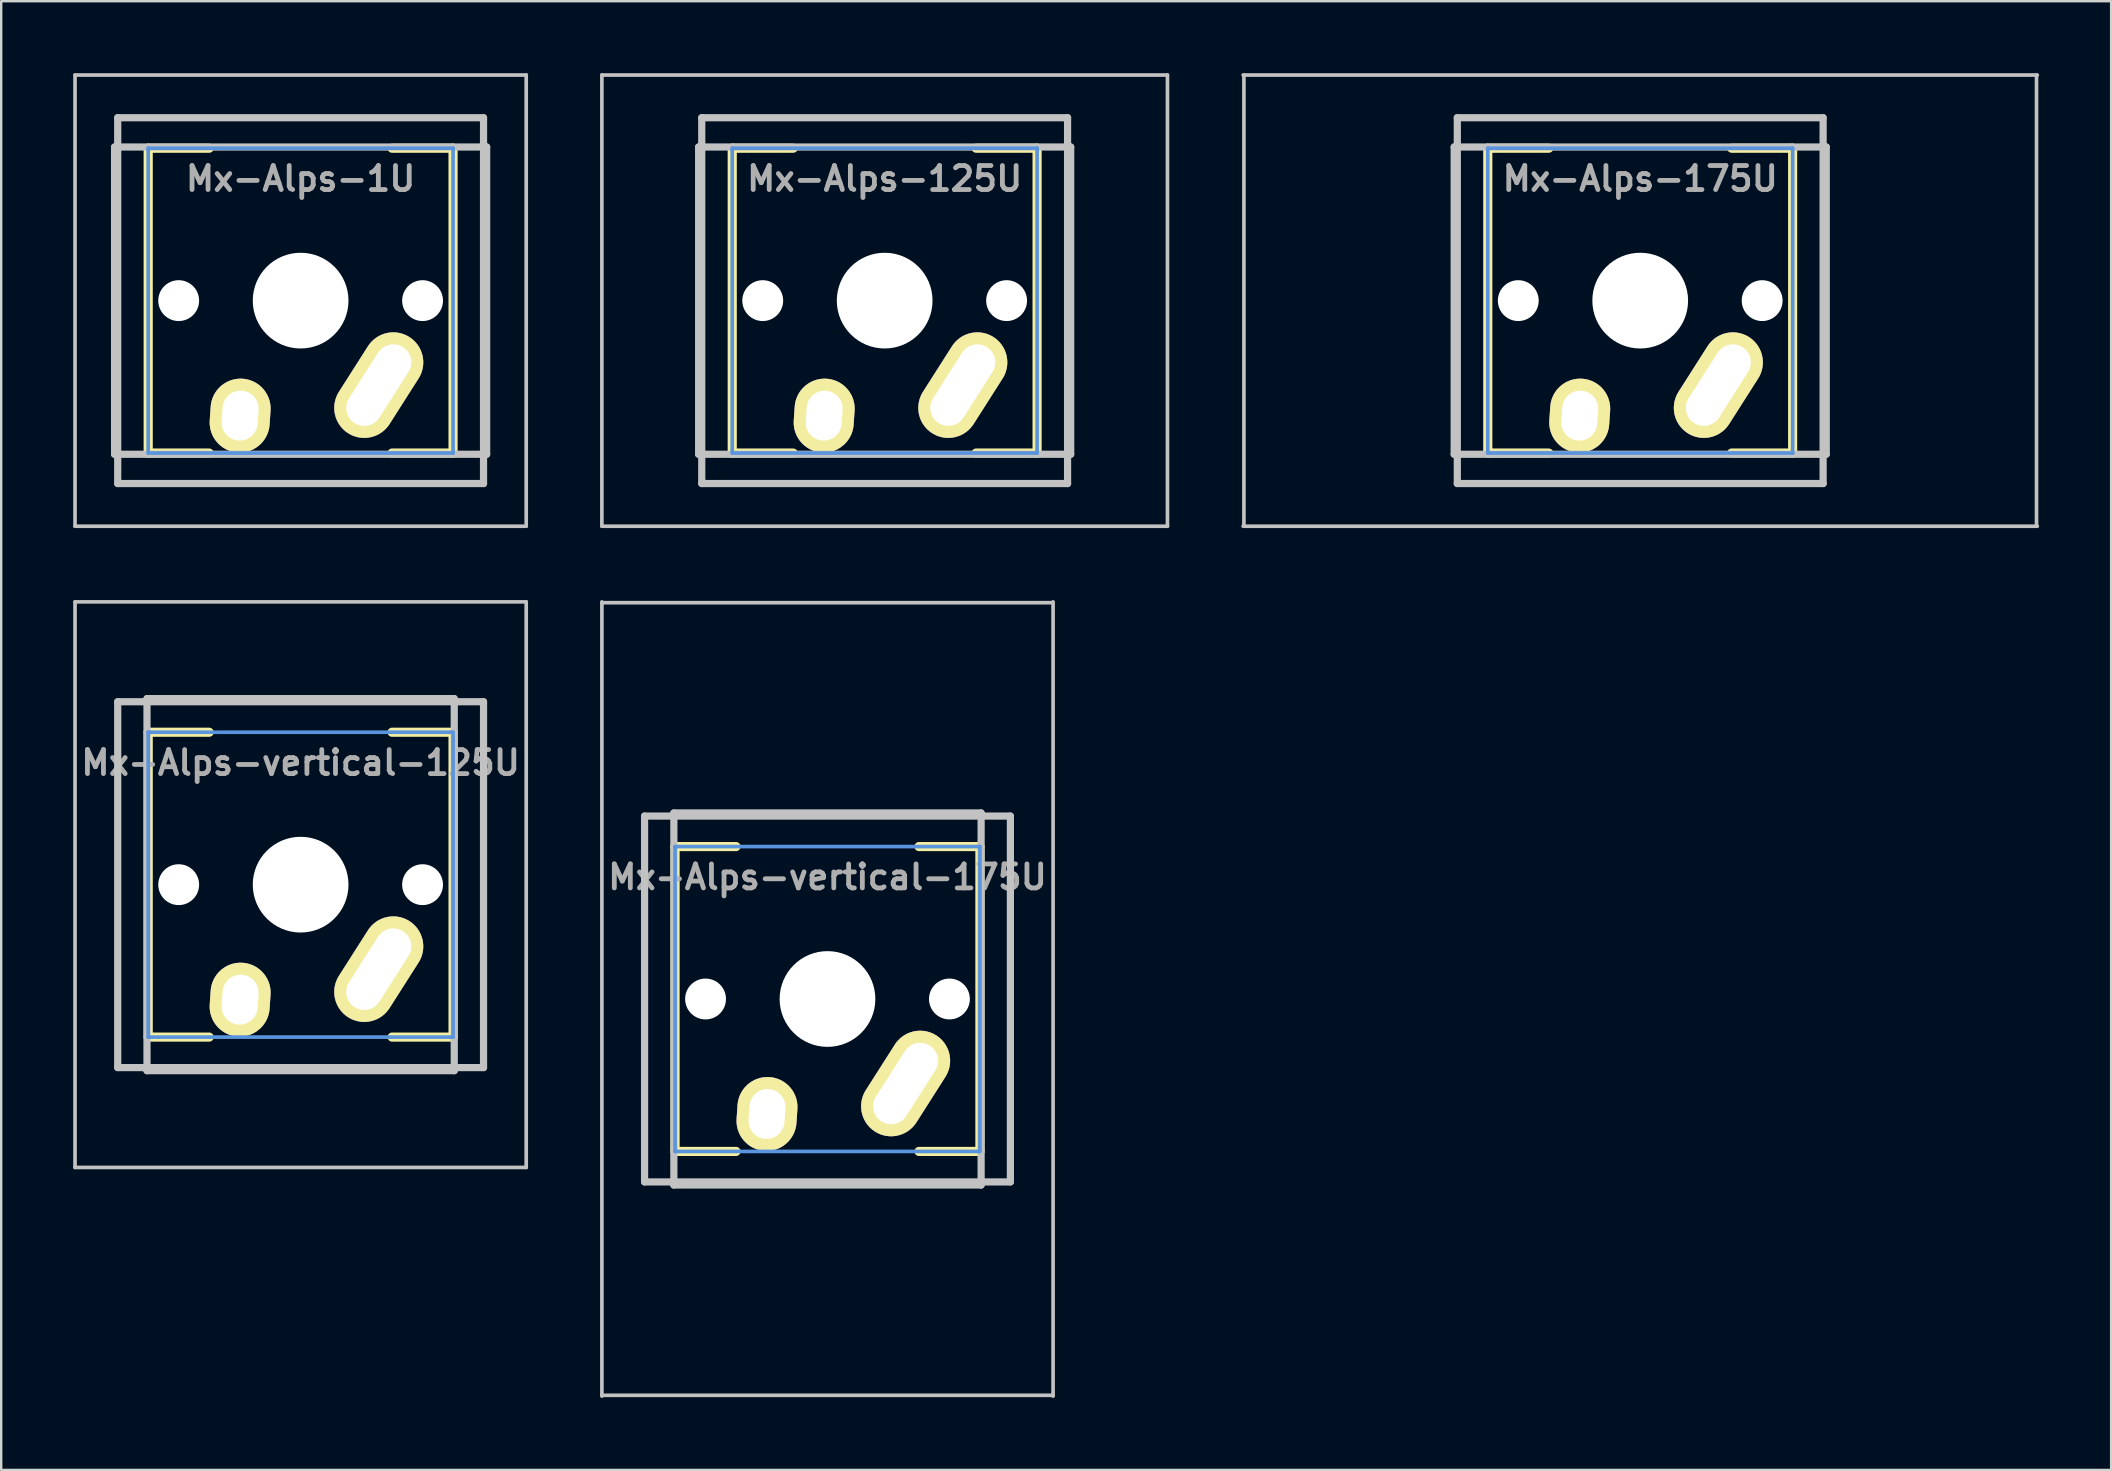
<source format=kicad_pcb>
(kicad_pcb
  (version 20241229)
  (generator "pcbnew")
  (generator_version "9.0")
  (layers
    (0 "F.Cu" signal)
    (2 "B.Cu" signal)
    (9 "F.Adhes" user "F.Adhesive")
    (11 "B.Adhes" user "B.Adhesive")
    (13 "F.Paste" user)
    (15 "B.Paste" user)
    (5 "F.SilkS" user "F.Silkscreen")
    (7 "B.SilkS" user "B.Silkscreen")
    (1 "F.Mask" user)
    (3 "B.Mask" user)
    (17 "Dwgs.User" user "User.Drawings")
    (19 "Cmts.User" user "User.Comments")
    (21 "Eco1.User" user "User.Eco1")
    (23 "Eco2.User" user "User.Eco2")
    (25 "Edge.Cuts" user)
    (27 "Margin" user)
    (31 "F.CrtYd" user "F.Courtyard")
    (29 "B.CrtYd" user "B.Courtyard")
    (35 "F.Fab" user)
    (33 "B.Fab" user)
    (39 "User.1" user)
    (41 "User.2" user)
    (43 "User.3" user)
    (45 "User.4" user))
  (footprint "Mx-Alps-125U"
    (layer "F.Cu")
    (at 33.805 9.474)
    (property "Reference" "Mx-Alps-125U" (at 0 -5.08 180) (layer "F.Fab") (effects (font (size 1 1) (thickness 0.2))))
    (attr through_hole)
    (fp_line (start -6.35 -6.35) (end -3.81 -6.35) (stroke (width 0.381) (type solid)) (layer "F.SilkS"))
    (fp_line (start -6.35 6.35) (end -6.35 -6.35) (stroke (width 0.381) (type solid)) (layer "F.SilkS"))
    (fp_line (start -3.81 6.35) (end -6.35 6.35) (stroke (width 0.381) (type solid)) (layer "F.SilkS"))
    (fp_line (start 3.81 -6.35) (end 6.35 -6.35) (stroke (width 0.381) (type solid)) (layer "F.SilkS"))
    (fp_line (start 6.35 -6.35) (end 6.35 6.35) (stroke (width 0.381) (type solid)) (layer "F.SilkS"))
    (fp_line (start 6.35 6.35) (end 3.81 6.35) (stroke (width 0.381) (type solid)) (layer "F.SilkS"))
    (fp_line (start -11.781 -9.398) (end 11.781 -9.398) (stroke (width 0.152) (type solid)) (layer "Dwgs.User"))
    (fp_line (start -11.781 9.398) (end -11.781 -9.398) (stroke (width 0.152) (type solid)) (layer "Dwgs.User"))
    (fp_line (start -7.75 -6.4) (end -7.75 6.4) (stroke (width 0.3) (type solid)) (layer "Dwgs.User"))
    (fp_line (start -7.75 6.4) (end 7.75 6.4) (stroke (width 0.3) (type solid)) (layer "Dwgs.User"))
    (fp_line (start -7.62 -7.62) (end 7.62 -7.62) (stroke (width 0.3) (type solid)) (layer "Dwgs.User"))
    (fp_line (start -7.62 7.62) (end -7.62 -7.62) (stroke (width 0.3) (type solid)) (layer "Dwgs.User"))
    (fp_line (start 7.62 -7.62) (end 7.62 7.62) (stroke (width 0.3) (type solid)) (layer "Dwgs.User"))
    (fp_line (start 7.62 7.62) (end -7.62 7.62) (stroke (width 0.3) (type solid)) (layer "Dwgs.User"))
    (fp_line (start 7.75 -6.4) (end -7.75 -6.4) (stroke (width 0.3) (type solid)) (layer "Dwgs.User"))
    (fp_line (start 7.75 -6.4) (end 7.75 6.4) (stroke (width 0.3) (type solid)) (layer "Dwgs.User"))
    (fp_line (start 11.781 -9.398) (end 11.781 9.398) (stroke (width 0.152) (type solid)) (layer "Dwgs.User"))
    (fp_line (start 11.781 9.398) (end -11.781 9.398) (stroke (width 0.152) (type solid)) (layer "Dwgs.User"))
    (fp_line (start -6.35 -6.35) (end 6.35 -6.35) (stroke (width 0.152) (type solid)) (layer "Cmts.User"))
    (fp_line (start -6.35 6.35) (end -6.35 -6.35) (stroke (width 0.152) (type solid)) (layer "Cmts.User"))
    (fp_line (start 6.35 -6.35) (end 6.35 6.35) (stroke (width 0.152) (type solid)) (layer "Cmts.User"))
    (fp_line (start 6.35 6.35) (end -6.35 6.35) (stroke (width 0.152) (type solid)) (layer "Cmts.User"))
    (fp_line (start -6.985 -6.985) (end 6.985 -6.985) (stroke (width 0.152) (type solid)) (layer "Eco2.User"))
    (fp_line (start -6.985 6.985) (end -6.985 -6.985) (stroke (width 0.152) (type solid)) (layer "Eco2.User"))
    (fp_line (start 6.985 -6.985) (end 6.985 6.985) (stroke (width 0.152) (type solid)) (layer "Eco2.User"))
    (fp_line (start 6.985 6.985) (end -6.985 6.985) (stroke (width 0.152) (type solid)) (layer "Eco2.User"))
    (pad "" np_thru_hole circle (at -5.08 0 180) (size 1.702 1.702) (drill 1.702) (layers "*.Cu" "*.Mask"))
    (pad "" np_thru_hole circle (at 0 0 180) (size 3.988 3.988) (drill 3.988) (layers "*.Cu" "*.Mask"))
    (pad "" np_thru_hole circle (at 5.08 0 180) (size 1.702 1.702) (drill 1.702) (layers "*.Cu" "*.Mask"))
    (pad "1" thru_hole oval (at 3.255 3.52 147.5) (size 2.5 4.75) (drill oval 1.5 3.75) (layers "*.Cu" "*.Mask" "F.SilkS"))
    (pad "2" thru_hole oval (at -2.52 4.79 176.1) (size 2.5 3.08) (drill oval 1.5 2.08) (layers "*.Cu" "*.Mask" "F.SilkS")))
  (footprint "Mx-Alps-vertical-125U"
    (layer "F.Cu")
    (at 9.474 33.805)
    (property "Reference" "Mx-Alps-vertical-125U" (at 0 -5.08 180) (layer "F.Fab") (effects (font (size 1 1) (thickness 0.2))))
    (attr through_hole)
    (fp_line (start -6.35 -6.35) (end -3.81 -6.35) (stroke (width 0.381) (type solid)) (layer "F.SilkS"))
    (fp_line (start -6.35 6.35) (end -6.35 -6.35) (stroke (width 0.381) (type solid)) (layer "F.SilkS"))
    (fp_line (start -3.81 6.35) (end -6.35 6.35) (stroke (width 0.381) (type solid)) (layer "F.SilkS"))
    (fp_line (start 3.81 -6.35) (end 6.35 -6.35) (stroke (width 0.381) (type solid)) (layer "F.SilkS"))
    (fp_line (start 6.35 -6.35) (end 6.35 6.35) (stroke (width 0.381) (type solid)) (layer "F.SilkS"))
    (fp_line (start 6.35 6.35) (end 3.81 6.35) (stroke (width 0.381) (type solid)) (layer "F.SilkS"))
    (fp_line (start -9.398 -11.781) (end 9.398 -11.781) (stroke (width 0.152) (type solid)) (layer "Dwgs.User"))
    (fp_line (start -9.398 11.781) (end -9.398 -11.781) (stroke (width 0.152) (type solid)) (layer "Dwgs.User"))
    (fp_line (start -7.62 -7.62) (end 7.62 -7.62) (stroke (width 0.3) (type solid)) (layer "Dwgs.User"))
    (fp_line (start -7.62 7.62) (end -7.62 -7.62) (stroke (width 0.3) (type solid)) (layer "Dwgs.User"))
    (fp_line (start -6.4 -7.75) (end -6.4 7.75) (stroke (width 0.3) (type solid)) (layer "Dwgs.User"))
    (fp_line (start 6.4 -7.75) (end -6.4 -7.75) (stroke (width 0.3) (type solid)) (layer "Dwgs.User"))
    (fp_line (start 6.4 7.75) (end -6.4 7.75) (stroke (width 0.3) (type solid)) (layer "Dwgs.User"))
    (fp_line (start 6.4 7.75) (end 6.4 -7.75) (stroke (width 0.3) (type solid)) (layer "Dwgs.User"))
    (fp_line (start 7.62 -7.62) (end 7.62 7.62) (stroke (width 0.3) (type solid)) (layer "Dwgs.User"))
    (fp_line (start 7.62 7.62) (end -7.62 7.62) (stroke (width 0.3) (type solid)) (layer "Dwgs.User"))
    (fp_line (start 9.398 -11.781) (end 9.398 11.781) (stroke (width 0.152) (type solid)) (layer "Dwgs.User"))
    (fp_line (start 9.398 11.781) (end -9.398 11.781) (stroke (width 0.152) (type solid)) (layer "Dwgs.User"))
    (fp_line (start -6.35 -6.35) (end 6.35 -6.35) (stroke (width 0.152) (type solid)) (layer "Cmts.User"))
    (fp_line (start -6.35 6.35) (end -6.35 -6.35) (stroke (width 0.152) (type solid)) (layer "Cmts.User"))
    (fp_line (start 6.35 -6.35) (end 6.35 6.35) (stroke (width 0.152) (type solid)) (layer "Cmts.User"))
    (fp_line (start 6.35 6.35) (end -6.35 6.35) (stroke (width 0.152) (type solid)) (layer "Cmts.User"))
    (fp_line (start -6.985 -6.985) (end 6.985 -6.985) (stroke (width 0.152) (type solid)) (layer "Eco2.User"))
    (fp_line (start -6.985 6.985) (end -6.985 -6.985) (stroke (width 0.152) (type solid)) (layer "Eco2.User"))
    (fp_line (start 6.985 -6.985) (end 6.985 6.985) (stroke (width 0.152) (type solid)) (layer "Eco2.User"))
    (fp_line (start 6.985 6.985) (end -6.985 6.985) (stroke (width 0.152) (type solid)) (layer "Eco2.User"))
    (pad "" np_thru_hole circle (at -5.08 0 180) (size 1.702 1.702) (drill 1.702) (layers "*.Cu" "*.Mask"))
    (pad "" np_thru_hole circle (at 0 0 180) (size 3.988 3.988) (drill 3.988) (layers "*.Cu" "*.Mask"))
    (pad "" np_thru_hole circle (at 5.08 0 180) (size 1.702 1.702) (drill 1.702) (layers "*.Cu" "*.Mask"))
    (pad "1" thru_hole oval (at 3.255 3.52 147.5) (size 2.5 4.75) (drill oval 1.5 3.75) (layers "*.Cu" "*.Mask" "F.SilkS"))
    (pad "2" thru_hole oval (at -2.52 4.79 176.1) (size 2.5 3.08) (drill oval 1.5 2.08) (layers "*.Cu" "*.Mask" "F.SilkS")))
  (footprint "Mx-Alps-175U"
    (layer "F.Cu")
    (at 65.281 9.474)
    (property "Reference" "Mx-Alps-175U" (at 0 -5.08 180) (layer "F.Fab") (effects (font (size 1 1) (thickness 0.2))))
    (attr through_hole)
    (fp_line (start -6.35 -6.35) (end -3.81 -6.35) (stroke (width 0.381) (type solid)) (layer "F.SilkS"))
    (fp_line (start -6.35 6.35) (end -6.35 -6.35) (stroke (width 0.381) (type solid)) (layer "F.SilkS"))
    (fp_line (start -3.81 6.35) (end -6.35 6.35) (stroke (width 0.381) (type solid)) (layer "F.SilkS"))
    (fp_line (start 3.81 -6.35) (end 6.35 -6.35) (stroke (width 0.381) (type solid)) (layer "F.SilkS"))
    (fp_line (start 6.35 -6.35) (end 6.35 6.35) (stroke (width 0.381) (type solid)) (layer "F.SilkS"))
    (fp_line (start 6.35 6.35) (end 3.81 6.35) (stroke (width 0.381) (type solid)) (layer "F.SilkS"))
    (fp_line (start -16.543 -9.398) (end 16.543 -9.398) (stroke (width 0.152) (type solid)) (layer "Dwgs.User"))
    (fp_line (start -16.51 9.398) (end -16.51 -9.398) (stroke (width 0.152) (type solid)) (layer "Dwgs.User"))
    (fp_line (start -7.75 -6.4) (end -7.75 6.4) (stroke (width 0.3) (type solid)) (layer "Dwgs.User"))
    (fp_line (start -7.75 6.4) (end 7.75 6.4) (stroke (width 0.3) (type solid)) (layer "Dwgs.User"))
    (fp_line (start -7.62 -7.62) (end 7.62 -7.62) (stroke (width 0.3) (type solid)) (layer "Dwgs.User"))
    (fp_line (start -7.62 7.62) (end -7.62 -7.62) (stroke (width 0.3) (type solid)) (layer "Dwgs.User"))
    (fp_line (start 7.62 -7.62) (end 7.62 7.62) (stroke (width 0.3) (type solid)) (layer "Dwgs.User"))
    (fp_line (start 7.62 7.62) (end -7.62 7.62) (stroke (width 0.3) (type solid)) (layer "Dwgs.User"))
    (fp_line (start 7.75 -6.4) (end -7.75 -6.4) (stroke (width 0.3) (type solid)) (layer "Dwgs.User"))
    (fp_line (start 7.75 -6.4) (end 7.75 6.4) (stroke (width 0.3) (type solid)) (layer "Dwgs.User"))
    (fp_line (start 16.51 -9.398) (end 16.51 9.398) (stroke (width 0.152) (type solid)) (layer "Dwgs.User"))
    (fp_line (start 16.543 9.398) (end -16.543 9.398) (stroke (width 0.152) (type solid)) (layer "Dwgs.User"))
    (fp_line (start -6.35 -6.35) (end 6.35 -6.35) (stroke (width 0.152) (type solid)) (layer "Cmts.User"))
    (fp_line (start -6.35 6.35) (end -6.35 -6.35) (stroke (width 0.152) (type solid)) (layer "Cmts.User"))
    (fp_line (start 6.35 -6.35) (end 6.35 6.35) (stroke (width 0.152) (type solid)) (layer "Cmts.User"))
    (fp_line (start 6.35 6.35) (end -6.35 6.35) (stroke (width 0.152) (type solid)) (layer "Cmts.User"))
    (fp_line (start -6.985 -6.985) (end 6.985 -6.985) (stroke (width 0.152) (type solid)) (layer "Eco2.User"))
    (fp_line (start -6.985 6.985) (end -6.985 -6.985) (stroke (width 0.152) (type solid)) (layer "Eco2.User"))
    (fp_line (start 6.985 -6.985) (end 6.985 6.985) (stroke (width 0.152) (type solid)) (layer "Eco2.User"))
    (fp_line (start 6.985 6.985) (end -6.985 6.985) (stroke (width 0.152) (type solid)) (layer "Eco2.User"))
    (pad "" np_thru_hole circle (at -5.08 0 180) (size 1.702 1.702) (drill 1.702) (layers "*.Cu" "*.Mask"))
    (pad "" np_thru_hole circle (at 0 0 180) (size 3.988 3.988) (drill 3.988) (layers "*.Cu" "*.Mask"))
    (pad "" np_thru_hole circle (at 5.08 0 180) (size 1.702 1.702) (drill 1.702) (layers "*.Cu" "*.Mask"))
    (pad "1" thru_hole oval (at 3.255 3.52 147.5) (size 2.5 4.75) (drill oval 1.5 3.75) (layers "*.Cu" "*.Mask" "F.SilkS"))
    (pad "2" thru_hole oval (at -2.52 4.79 176.1) (size 2.5 3.08) (drill oval 1.5 2.08) (layers "*.Cu" "*.Mask" "F.SilkS")))
  (footprint "Mx-Alps-1U"
    (layer "F.Cu")
    (at 9.474 9.474)
    (property "Reference" "Mx-Alps-1U" (at 0 -5.08 180) (layer "F.Fab") (effects (font (size 1 1) (thickness 0.2))))
    (attr through_hole)
    (fp_line (start -6.35 -6.35) (end -3.81 -6.35) (stroke (width 0.381) (type solid)) (layer "F.SilkS"))
    (fp_line (start -6.35 6.35) (end -6.35 -6.35) (stroke (width 0.381) (type solid)) (layer "F.SilkS"))
    (fp_line (start -3.81 6.35) (end -6.35 6.35) (stroke (width 0.381) (type solid)) (layer "F.SilkS"))
    (fp_line (start 3.81 -6.35) (end 6.35 -6.35) (stroke (width 0.381) (type solid)) (layer "F.SilkS"))
    (fp_line (start 6.35 -6.35) (end 6.35 6.35) (stroke (width 0.381) (type solid)) (layer "F.SilkS"))
    (fp_line (start 6.35 6.35) (end 3.81 6.35) (stroke (width 0.381) (type solid)) (layer "F.SilkS"))
    (fp_line (start -9.398 -9.398) (end 9.398 -9.398) (stroke (width 0.152) (type solid)) (layer "Dwgs.User"))
    (fp_line (start -9.398 9.398) (end -9.398 -9.398) (stroke (width 0.152) (type solid)) (layer "Dwgs.User"))
    (fp_line (start -7.75 -6.4) (end -7.75 6.4) (stroke (width 0.3) (type solid)) (layer "Dwgs.User"))
    (fp_line (start -7.75 6.4) (end 7.75 6.4) (stroke (width 0.3) (type solid)) (layer "Dwgs.User"))
    (fp_line (start -7.62 -7.62) (end 7.62 -7.62) (stroke (width 0.3) (type solid)) (layer "Dwgs.User"))
    (fp_line (start -7.62 7.62) (end -7.62 -7.62) (stroke (width 0.3) (type solid)) (layer "Dwgs.User"))
    (fp_line (start 7.62 -7.62) (end 7.62 7.62) (stroke (width 0.3) (type solid)) (layer "Dwgs.User"))
    (fp_line (start 7.62 7.62) (end -7.62 7.62) (stroke (width 0.3) (type solid)) (layer "Dwgs.User"))
    (fp_line (start 7.75 -6.4) (end -7.75 -6.4) (stroke (width 0.3) (type solid)) (layer "Dwgs.User"))
    (fp_line (start 7.75 -6.4) (end 7.75 6.4) (stroke (width 0.3) (type solid)) (layer "Dwgs.User"))
    (fp_line (start 9.398 -9.398) (end 9.398 9.398) (stroke (width 0.152) (type solid)) (layer "Dwgs.User"))
    (fp_line (start 9.398 9.398) (end -9.398 9.398) (stroke (width 0.152) (type solid)) (layer "Dwgs.User"))
    (fp_line (start -6.35 -6.35) (end 6.35 -6.35) (stroke (width 0.152) (type solid)) (layer "Cmts.User"))
    (fp_line (start -6.35 6.35) (end -6.35 -6.35) (stroke (width 0.152) (type solid)) (layer "Cmts.User"))
    (fp_line (start 6.35 -6.35) (end 6.35 6.35) (stroke (width 0.152) (type solid)) (layer "Cmts.User"))
    (fp_line (start 6.35 6.35) (end -6.35 6.35) (stroke (width 0.152) (type solid)) (layer "Cmts.User"))
    (fp_line (start -6.985 -6.985) (end 6.985 -6.985) (stroke (width 0.152) (type solid)) (layer "Eco2.User"))
    (fp_line (start -6.985 6.985) (end -6.985 -6.985) (stroke (width 0.152) (type solid)) (layer "Eco2.User"))
    (fp_line (start 6.985 -6.985) (end 6.985 6.985) (stroke (width 0.152) (type solid)) (layer "Eco2.User"))
    (fp_line (start 6.985 6.985) (end -6.985 6.985) (stroke (width 0.152) (type solid)) (layer "Eco2.User"))
    (pad "" np_thru_hole circle (at -5.08 0 180) (size 1.702 1.702) (drill 1.702) (layers "*.Cu" "*.Mask"))
    (pad "" np_thru_hole circle (at 0 0 180) (size 3.988 3.988) (drill 3.988) (layers "*.Cu" "*.Mask"))
    (pad "" np_thru_hole circle (at 5.08 0 180) (size 1.702 1.702) (drill 1.702) (layers "*.Cu" "*.Mask"))
    (pad "1" thru_hole oval (at 3.255 3.52 147.5) (size 2.5 4.75) (drill oval 1.5 3.75) (layers "*.Cu" "*.Mask" "F.SilkS"))
    (pad "2" thru_hole oval (at -2.52 4.79 176.1) (size 2.5 3.08) (drill oval 1.5 2.08) (layers "*.Cu" "*.Mask" "F.SilkS")))
  (footprint "Mx-Alps-vertical-175U"
    (layer "F.Cu")
    (at 31.423 38.568)
    (property "Reference" "Mx-Alps-vertical-175U" (at 0 -5.08 180) (layer "F.Fab") (effects (font (size 1 1) (thickness 0.2))))
    (attr through_hole)
    (fp_line (start -6.35 -6.35) (end -3.81 -6.35) (stroke (width 0.381) (type solid)) (layer "F.SilkS"))
    (fp_line (start -6.35 6.35) (end -6.35 -6.35) (stroke (width 0.381) (type solid)) (layer "F.SilkS"))
    (fp_line (start -3.81 6.35) (end -6.35 6.35) (stroke (width 0.381) (type solid)) (layer "F.SilkS"))
    (fp_line (start 3.81 -6.35) (end 6.35 -6.35) (stroke (width 0.381) (type solid)) (layer "F.SilkS"))
    (fp_line (start 6.35 -6.35) (end 6.35 6.35) (stroke (width 0.381) (type solid)) (layer "F.SilkS"))
    (fp_line (start 6.35 6.35) (end 3.81 6.35) (stroke (width 0.381) (type solid)) (layer "F.SilkS"))
    (fp_line (start -9.398 -16.51) (end 9.398 -16.51) (stroke (width 0.152) (type solid)) (layer "Dwgs.User"))
    (fp_line (start -9.398 16.543) (end -9.398 -16.543) (stroke (width 0.152) (type solid)) (layer "Dwgs.User"))
    (fp_line (start -7.62 -7.62) (end 7.62 -7.62) (stroke (width 0.3) (type solid)) (layer "Dwgs.User"))
    (fp_line (start -7.62 7.62) (end -7.62 -7.62) (stroke (width 0.3) (type solid)) (layer "Dwgs.User"))
    (fp_line (start -6.4 -7.75) (end -6.4 7.75) (stroke (width 0.3) (type solid)) (layer "Dwgs.User"))
    (fp_line (start -6.4 -7.75) (end 6.4 -7.75) (stroke (width 0.3) (type solid)) (layer "Dwgs.User"))
    (fp_line (start -6.4 7.75) (end 6.4 7.75) (stroke (width 0.3) (type solid)) (layer "Dwgs.User"))
    (fp_line (start 6.4 7.75) (end 6.4 -7.75) (stroke (width 0.3) (type solid)) (layer "Dwgs.User"))
    (fp_line (start 7.62 -7.62) (end 7.62 7.62) (stroke (width 0.3) (type solid)) (layer "Dwgs.User"))
    (fp_line (start 7.62 7.62) (end -7.62 7.62) (stroke (width 0.3) (type solid)) (layer "Dwgs.User"))
    (fp_line (start 9.398 -16.543) (end 9.398 16.543) (stroke (width 0.152) (type solid)) (layer "Dwgs.User"))
    (fp_line (start 9.398 16.51) (end -9.398 16.51) (stroke (width 0.152) (type solid)) (layer "Dwgs.User"))
    (fp_line (start -6.35 -6.35) (end 6.35 -6.35) (stroke (width 0.152) (type solid)) (layer "Cmts.User"))
    (fp_line (start -6.35 6.35) (end -6.35 -6.35) (stroke (width 0.152) (type solid)) (layer "Cmts.User"))
    (fp_line (start 6.35 -6.35) (end 6.35 6.35) (stroke (width 0.152) (type solid)) (layer "Cmts.User"))
    (fp_line (start 6.35 6.35) (end -6.35 6.35) (stroke (width 0.152) (type solid)) (layer "Cmts.User"))
    (fp_line (start -6.985 -6.985) (end 6.985 -6.985) (stroke (width 0.152) (type solid)) (layer "Eco2.User"))
    (fp_line (start -6.985 6.985) (end -6.985 -6.985) (stroke (width 0.152) (type solid)) (layer "Eco2.User"))
    (fp_line (start 6.985 -6.985) (end 6.985 6.985) (stroke (width 0.152) (type solid)) (layer "Eco2.User"))
    (fp_line (start 6.985 6.985) (end -6.985 6.985) (stroke (width 0.152) (type solid)) (layer "Eco2.User"))
    (pad "" np_thru_hole circle (at -5.08 0 180) (size 1.702 1.702) (drill 1.702) (layers "*.Cu" "*.Mask"))
    (pad "" np_thru_hole circle (at 0 0 180) (size 3.988 3.988) (drill 3.988) (layers "*.Cu" "*.Mask"))
    (pad "" np_thru_hole circle (at 5.08 0 180) (size 1.702 1.702) (drill 1.702) (layers "*.Cu" "*.Mask"))
    (pad "1" thru_hole oval (at 3.255 3.52 147.5) (size 2.5 4.75) (drill oval 1.5 3.75) (layers "*.Cu" "*.Mask" "F.SilkS"))
    (pad "2" thru_hole oval (at -2.52 4.79 176.1) (size 2.5 3.08) (drill oval 1.5 2.08) (layers "*.Cu" "*.Mask" "F.SilkS")))
  (gr_rect
    (start -3 -3)
    (end 84.9 58.187)
    (stroke (width 0.1) (type default))
    (fill no)
    (layer "Edge.Cuts")))
</source>
